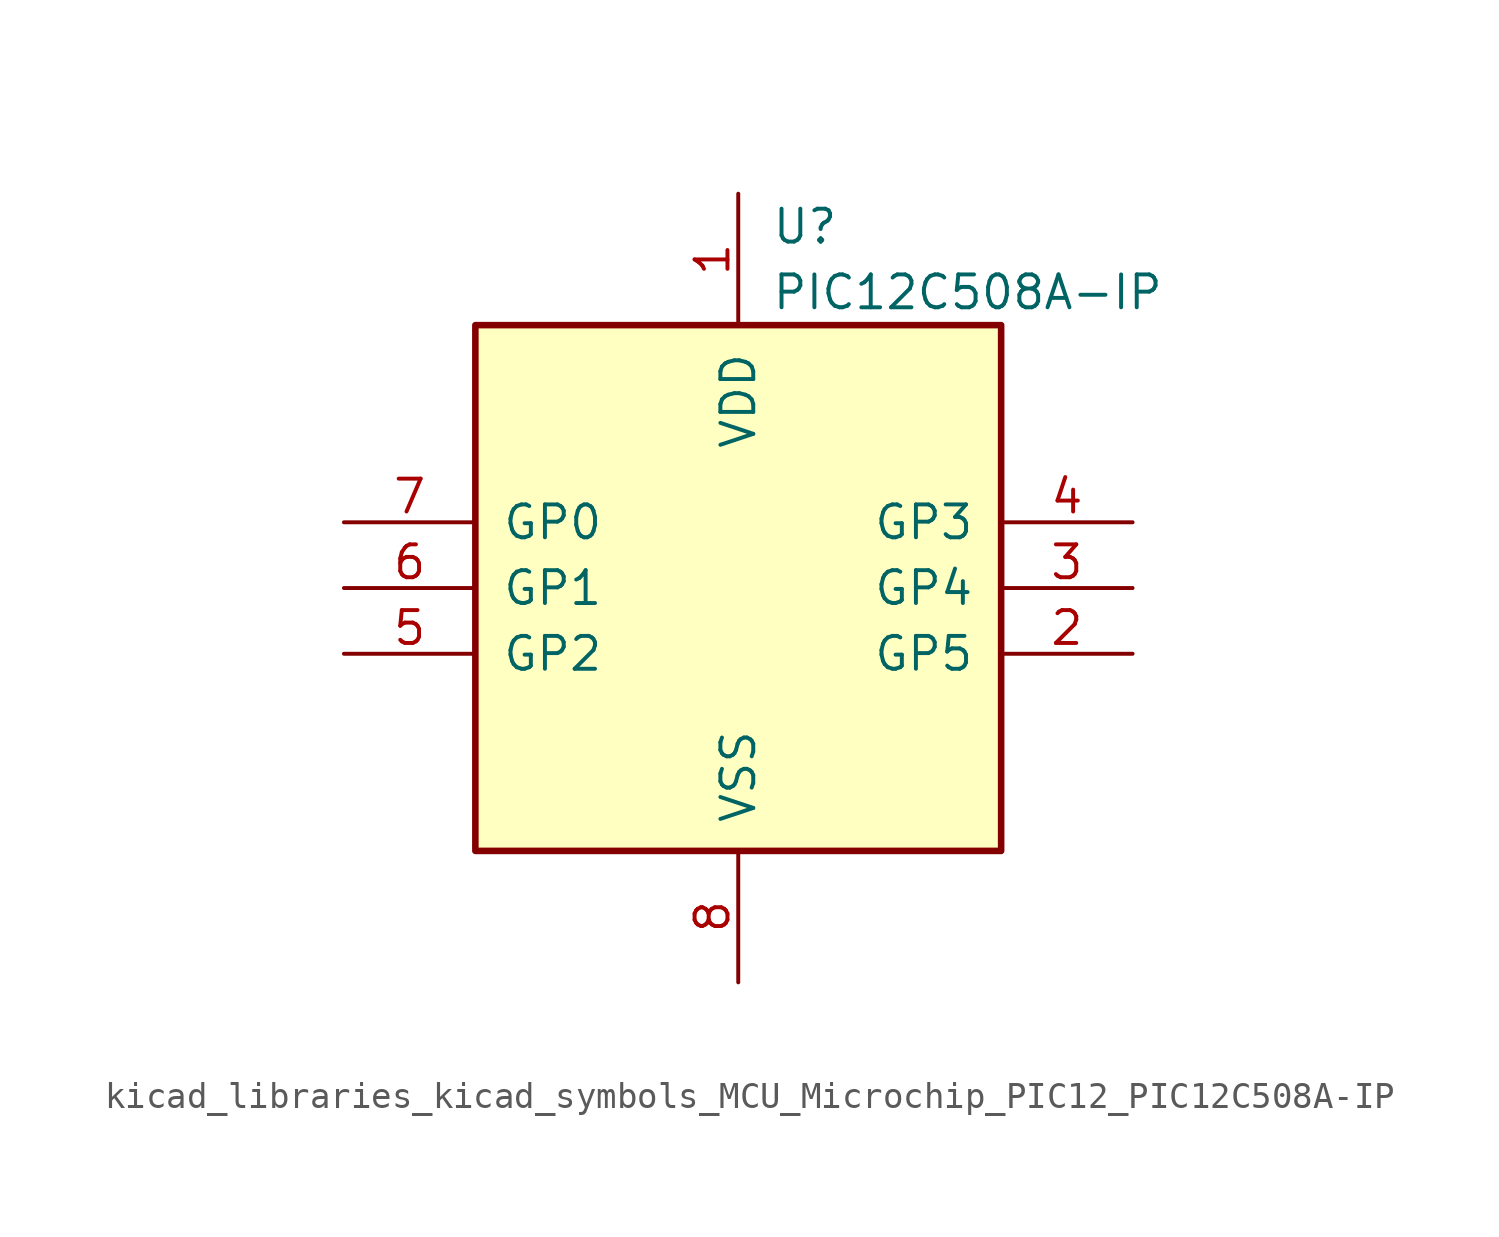
<source format=kicad_sym>
(kicad_symbol_lib
  (version 20220914)
  (generator kicad_symbol_editor)
  (symbol "kicad_libraries_kicad_symbols_MCU_Microchip_PIC12_PIC12C508A-IP"
    (pin_names
      (offset 1.016))
    (property "Reference" "U"
      (at 1.27 13.97 0)
      (effects (font (size 1.27 1.27)) (justify left)))
    (property "Value" "PIC12C508A-IP"
      (at 1.27 11.43 0)
      (effects (font (size 1.27 1.27)) (justify left)))
    (symbol "kicad_libraries_kicad_symbols_MCU_Microchip_PIC12_PIC12C508A-IP_0_1"
      (rectangle (start 10.16 -10.16) (end -10.16 10.16) (stroke (width 0.254) (type default)) (fill (type background))))
    (symbol "kicad_libraries_kicad_symbols_MCU_Microchip_PIC12_PIC12C508A-IP_1_1"
      (pin power_in line (at 0 15.24 270) (length 5.08) (name "VDD" (effects (font (size 1.27 1.27)))) (number "1" (effects (font (size 1.27 1.27)))))
      (pin bidirectional line (at 15.24 -2.54 180) (length 5.08) (name "GP5" (effects (font (size 1.27 1.27)))) (number "2" (effects (font (size 1.27 1.27)))))
      (pin bidirectional line (at 15.24 0 180) (length 5.08) (name "GP4" (effects (font (size 1.27 1.27)))) (number "3" (effects (font (size 1.27 1.27)))))
      (pin input line (at 15.24 2.54 180) (length 5.08) (name "GP3" (effects (font (size 1.27 1.27)))) (number "4" (effects (font (size 1.27 1.27)))))
      (pin bidirectional line (at -15.24 -2.54 0) (length 5.08) (name "GP2" (effects (font (size 1.27 1.27)))) (number "5" (effects (font (size 1.27 1.27)))))
      (pin bidirectional line (at -15.24 0 0) (length 5.08) (name "GP1" (effects (font (size 1.27 1.27)))) (number "6" (effects (font (size 1.27 1.27)))))
      (pin bidirectional line (at -15.24 2.54 0) (length 5.08) (name "GP0" (effects (font (size 1.27 1.27)))) (number "7" (effects (font (size 1.27 1.27)))))
      (pin power_in line (at 0 -15.24 90) (length 5.08) (name "VSS" (effects (font (size 1.27 1.27)))) (number "8" (effects (font (size 1.27 1.27))))))))
</source>
